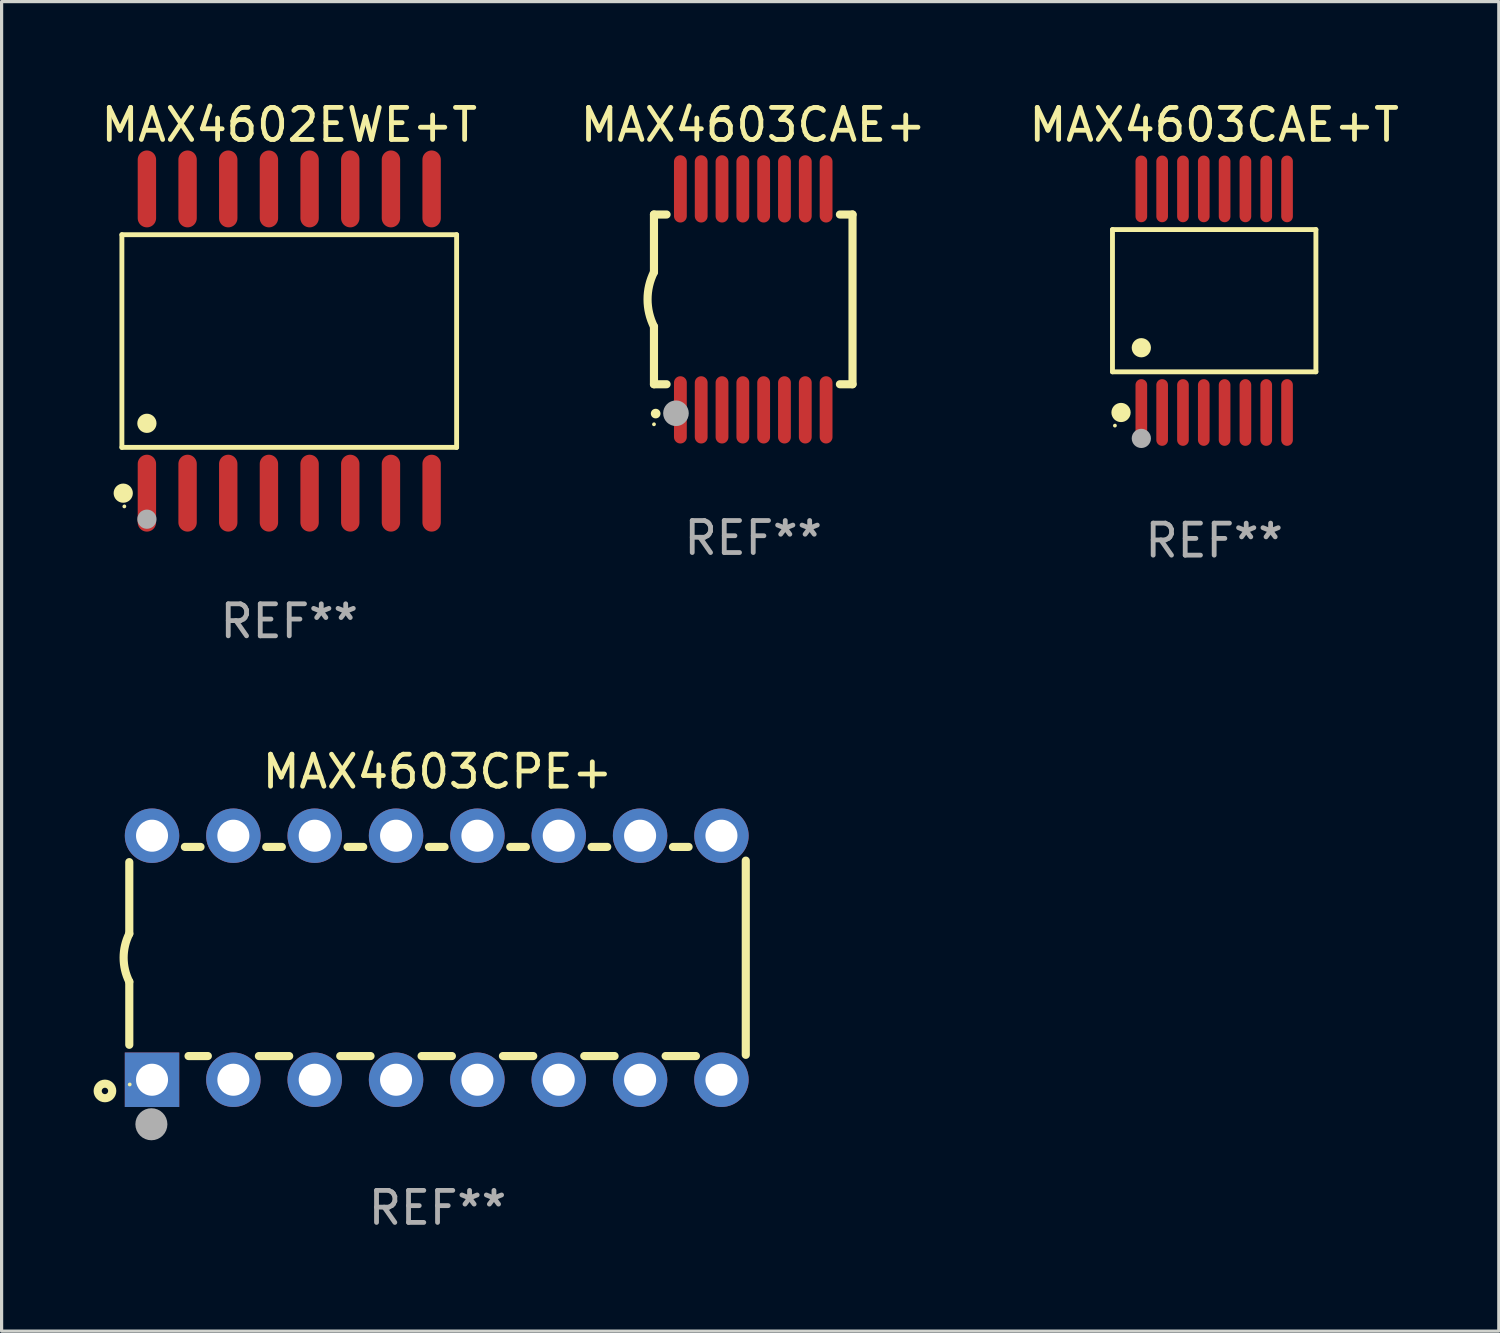
<source format=kicad_pcb>
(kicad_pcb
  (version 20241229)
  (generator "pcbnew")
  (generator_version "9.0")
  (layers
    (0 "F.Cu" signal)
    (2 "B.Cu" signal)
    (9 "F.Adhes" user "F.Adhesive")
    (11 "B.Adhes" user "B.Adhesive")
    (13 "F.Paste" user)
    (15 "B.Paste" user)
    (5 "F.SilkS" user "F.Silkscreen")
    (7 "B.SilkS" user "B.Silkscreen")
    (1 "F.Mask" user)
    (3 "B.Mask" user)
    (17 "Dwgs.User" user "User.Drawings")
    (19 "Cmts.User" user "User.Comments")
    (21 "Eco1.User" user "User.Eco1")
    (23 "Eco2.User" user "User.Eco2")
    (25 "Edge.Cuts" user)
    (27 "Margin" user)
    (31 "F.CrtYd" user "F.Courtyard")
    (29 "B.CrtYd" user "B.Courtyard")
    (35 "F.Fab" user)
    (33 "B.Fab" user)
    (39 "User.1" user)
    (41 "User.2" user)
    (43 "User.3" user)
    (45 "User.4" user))
  (footprint "MAX4603CPE+"
    (layer "F.Cu")
    (at 10.612 26.855)
    (property "Reference" "MAX4603CPE+" (at 0 -5.81 0) (layer "F.SilkS") (effects (font (size 1 1) (thickness 0.15))))
    (attr through_hole)
    (fp_line (start -9.625 -0.75) (end -9.625 -2.985) (stroke (width 0.254) (type solid)) (layer "F.SilkS"))
    (fp_line (start -9.625 0.749) (end -9.625 2.719) (stroke (width 0.254) (type solid)) (layer "F.SilkS"))
    (fp_line (start -7.889 -3.46) (end -7.401 -3.46) (stroke (width 0.254) (type solid)) (layer "F.SilkS"))
    (fp_line (start -7.775 3.07) (end -7.172 3.07) (stroke (width 0.254) (type solid)) (layer "F.SilkS"))
    (fp_line (start -5.578 3.07) (end -4.632 3.07) (stroke (width 0.254) (type solid)) (layer "F.SilkS"))
    (fp_line (start -5.349 -3.46) (end -4.861 -3.46) (stroke (width 0.254) (type solid)) (layer "F.SilkS"))
    (fp_line (start -3.038 3.07) (end -2.092 3.07) (stroke (width 0.254) (type solid)) (layer "F.SilkS"))
    (fp_line (start -2.809 -3.46) (end -2.321 -3.46) (stroke (width 0.254) (type solid)) (layer "F.SilkS"))
    (fp_line (start -0.498 3.07) (end 0.448 3.07) (stroke (width 0.254) (type solid)) (layer "F.SilkS"))
    (fp_line (start -0.269 -3.46) (end 0.219 -3.46) (stroke (width 0.254) (type solid)) (layer "F.SilkS"))
    (fp_line (start 2.042 3.07) (end 2.988 3.07) (stroke (width 0.254) (type solid)) (layer "F.SilkS"))
    (fp_line (start 2.271 -3.46) (end 2.759 -3.46) (stroke (width 0.254) (type solid)) (layer "F.SilkS"))
    (fp_line (start 4.582 3.07) (end 5.528 3.07) (stroke (width 0.254) (type solid)) (layer "F.SilkS"))
    (fp_line (start 4.811 -3.46) (end 5.299 -3.46) (stroke (width 0.254) (type solid)) (layer "F.SilkS"))
    (fp_line (start 7.122 3.07) (end 8.068 3.07) (stroke (width 0.254) (type solid)) (layer "F.SilkS"))
    (fp_line (start 7.351 -3.46) (end 7.839 -3.46) (stroke (width 0.254) (type solid)) (layer "F.SilkS"))
    (fp_line (start 9.625 3.032) (end 9.625 -3.032) (stroke (width 0.254) (type solid)) (layer "F.SilkS"))
    (fp_arc (start -9.62498 0.748819) (mid -9.801899 -0.000581) (end -9.625006 -0.749987) (stroke (width 0.254001) (type solid)) (layer "F.SilkS"))
    (fp_circle (center -10.385 4.16) (end -10.285 4.16) (stroke (width 0.254) (type solid)) (fill no) (layer "F.SilkS"))
    (fp_circle (center -9.612 3.957) (end -9.582 3.957) (stroke (width 0.06) (type solid)) (fill no) (layer "F.SilkS"))
    (fp_circle (center -8.935 5.2) (end -8.685 5.2) (stroke (width 0.5) (type solid)) (fill no) (layer "F.Fab"))
    (fp_text user "REF**" (at 0 7.81 0) (layer "F.Fab") (effects (font (size 1 1) (thickness 0.15))))
    (pad "1" thru_hole rect (at -8.915 3.81) (size 1.7 1.7) (drill 1) (layers "*.Cu" "*.Mask"))
    (pad "2" thru_hole circle (at -6.375 3.81) (size 1.7 1.7) (drill 1) (layers "*.Cu" "*.Mask"))
    (pad "3" thru_hole circle (at -3.835 3.81) (size 1.7 1.7) (drill 1) (layers "*.Cu" "*.Mask"))
    (pad "4" thru_hole circle (at -1.295 3.81) (size 1.7 1.7) (drill 1) (layers "*.Cu" "*.Mask"))
    (pad "5" thru_hole circle (at 1.245 3.81) (size 1.7 1.7) (drill 1) (layers "*.Cu" "*.Mask"))
    (pad "6" thru_hole circle (at 3.785 3.81) (size 1.7 1.7) (drill 1) (layers "*.Cu" "*.Mask"))
    (pad "7" thru_hole circle (at 6.325 3.81) (size 1.7 1.7) (drill 1) (layers "*.Cu" "*.Mask"))
    (pad "8" thru_hole circle (at 8.865 3.81) (size 1.7 1.7) (drill 1) (layers "*.Cu" "*.Mask"))
    (pad "9" thru_hole circle (at 8.865 -3.81) (size 1.7 1.7) (drill 1) (layers "*.Cu" "*.Mask"))
    (pad "10" thru_hole circle (at 6.325 -3.81) (size 1.7 1.7) (drill 1) (layers "*.Cu" "*.Mask"))
    (pad "11" thru_hole circle (at 3.785 -3.81) (size 1.7 1.7) (drill 1) (layers "*.Cu" "*.Mask"))
    (pad "12" thru_hole circle (at 1.245 -3.81) (size 1.7 1.7) (drill 1) (layers "*.Cu" "*.Mask"))
    (pad "13" thru_hole circle (at -1.295 -3.81) (size 1.7 1.7) (drill 1) (layers "*.Cu" "*.Mask"))
    (pad "14" thru_hole circle (at -3.835 -3.81) (size 1.7 1.7) (drill 1) (layers "*.Cu" "*.Mask"))
    (pad "15" thru_hole circle (at -6.375 -3.81) (size 1.7 1.7) (drill 1) (layers "*.Cu" "*.Mask"))
    (pad "16" thru_hole circle (at -8.915 -3.81) (size 1.7 1.7) (drill 1) (layers "*.Cu" "*.Mask")))
  (footprint "MAX4603CAE+"
    (layer "F.Cu")
    (at 20.47 6.298)
    (property "Reference" "MAX4603CAE+" (at 0 -5.45 0) (layer "F.SilkS") (effects (font (size 1 1) (thickness 0.15))))
    (attr through_hole)
    (fp_line (start -3.1 -2.65) (end -3.1 -0.85) (stroke (width 0.254) (type solid)) (layer "F.SilkS"))
    (fp_line (start -3.1 -2.65) (end -2.706 -2.65) (stroke (width 0.254) (type solid)) (layer "F.SilkS"))
    (fp_line (start -3.1 2.65) (end -3.1 0.85) (stroke (width 0.254) (type solid)) (layer "F.SilkS"))
    (fp_line (start -3.1 2.65) (end -2.706 2.65) (stroke (width 0.254) (type solid)) (layer "F.SilkS"))
    (fp_line (start 2.706 -2.65) (end 3.1 -2.65) (stroke (width 0.254) (type solid)) (layer "F.SilkS"))
    (fp_line (start 2.706 2.65) (end 3.1 2.65) (stroke (width 0.254) (type solid)) (layer "F.SilkS"))
    (fp_line (start 3.1 -2.65) (end 3.1 2.65) (stroke (width 0.254) (type solid)) (layer "F.SilkS"))
    (fp_arc (start -3.098907 0.850902) (mid -3.300057 0.000523) (end -3.1 -0.850114) (stroke (width 0.254001) (type solid)) (layer "F.SilkS"))
    (fp_arc (start -3.048006 3.566066) (mid -3.046736 3.566061) (end -3.045466 3.566066) (stroke (width 0.3) (type solid)) (layer "F.SilkS"))
    (fp_circle (center -3.1 3.9) (end -3.07 3.9) (stroke (width 0.06) (type solid)) (fill no) (layer "F.SilkS"))
    (fp_circle (center -2.413 3.556) (end -2.213 3.556) (stroke (width 0.4) (type solid)) (fill no) (layer "F.Fab"))
    (fp_text user "REF**" (at 0 7.45 0) (layer "F.Fab") (effects (font (size 1 1) (thickness 0.15))))
    (pad "1" smd oval (at -2.275 3.45 180) (size 0.4 2.1) (layers "F.Cu" "F.Mask" "F.Paste"))
    (pad "2" smd oval (at -1.625 3.45 180) (size 0.4 2.1) (layers "F.Cu" "F.Mask" "F.Paste"))
    (pad "3" smd oval (at -0.975 3.45 180) (size 0.4 2.1) (layers "F.Cu" "F.Mask" "F.Paste"))
    (pad "4" smd oval (at -0.325 3.45 180) (size 0.4 2.1) (layers "F.Cu" "F.Mask" "F.Paste"))
    (pad "5" smd oval (at 0.325 3.45 180) (size 0.4 2.1) (layers "F.Cu" "F.Mask" "F.Paste"))
    (pad "6" smd oval (at 0.975 3.45 180) (size 0.4 2.1) (layers "F.Cu" "F.Mask" "F.Paste"))
    (pad "7" smd oval (at 1.625 3.45 180) (size 0.4 2.1) (layers "F.Cu" "F.Mask" "F.Paste"))
    (pad "8" smd oval (at 2.275 3.45 180) (size 0.4 2.1) (layers "F.Cu" "F.Mask" "F.Paste"))
    (pad "9" smd oval (at 2.275 -3.45 180) (size 0.4 2.1) (layers "F.Cu" "F.Mask" "F.Paste"))
    (pad "10" smd oval (at 1.625 -3.45 180) (size 0.4 2.1) (layers "F.Cu" "F.Mask" "F.Paste"))
    (pad "11" smd oval (at 0.975 -3.45 180) (size 0.4 2.1) (layers "F.Cu" "F.Mask" "F.Paste"))
    (pad "12" smd oval (at 0.325 -3.45 180) (size 0.4 2.1) (layers "F.Cu" "F.Mask" "F.Paste"))
    (pad "13" smd oval (at -0.325 -3.45 180) (size 0.4 2.1) (layers "F.Cu" "F.Mask" "F.Paste"))
    (pad "14" smd oval (at -0.975 -3.45 180) (size 0.4 2.1) (layers "F.Cu" "F.Mask" "F.Paste"))
    (pad "15" smd oval (at -1.625 -3.45 180) (size 0.4 2.1) (layers "F.Cu" "F.Mask" "F.Paste"))
    (pad "16" smd oval (at -2.275 -3.45 180) (size 0.4 2.1) (layers "F.Cu" "F.Mask" "F.Paste")))
  (footprint "MAX4603CAE+T"
    (layer "F.Cu")
    (at 34.863 6.339)
    (property "Reference" "MAX4603CAE+T" (at 0 -5.491 0) (layer "F.SilkS") (effects (font (size 1 1) (thickness 0.15))))
    (attr through_hole)
    (fp_line (start -3.176 -2.221) (end 3.176 -2.221) (stroke (width 0.152) (type solid)) (layer "F.SilkS"))
    (fp_line (start -3.176 2.221) (end -3.176 -2.221) (stroke (width 0.152) (type solid)) (layer "F.SilkS"))
    (fp_line (start 3.176 -2.221) (end 3.176 2.221) (stroke (width 0.152) (type solid)) (layer "F.SilkS"))
    (fp_line (start 3.176 2.221) (end -3.176 2.221) (stroke (width 0.152) (type solid)) (layer "F.SilkS"))
    (fp_circle (center -3.1 3.9) (end -3.07 3.9) (stroke (width 0.06) (type solid)) (fill no) (layer "F.SilkS"))
    (fp_circle (center -2.909 3.491) (end -2.759 3.491) (stroke (width 0.3) (type solid)) (fill no) (layer "F.SilkS"))
    (fp_circle (center -2.275 1.469) (end -2.125 1.469) (stroke (width 0.3) (type solid)) (fill no) (layer "F.SilkS"))
    (fp_circle (center -2.275 4.3) (end -2.125 4.3) (stroke (width 0.3) (type solid)) (fill no) (layer "F.Fab"))
    (fp_text user "REF**" (at 0 7.491 0) (layer "F.Fab") (effects (font (size 1 1) (thickness 0.15))))
    (pad "1" smd oval (at -2.275 3.491) (size 0.364 2.082) (layers "F.Cu" "F.Mask" "F.Paste"))
    (pad "2" smd oval (at -1.625 3.491) (size 0.364 2.082) (layers "F.Cu" "F.Mask" "F.Paste"))
    (pad "3" smd oval (at -0.975 3.491) (size 0.364 2.082) (layers "F.Cu" "F.Mask" "F.Paste"))
    (pad "4" smd oval (at -0.325 3.491) (size 0.364 2.082) (layers "F.Cu" "F.Mask" "F.Paste"))
    (pad "5" smd oval (at 0.325 3.491) (size 0.364 2.082) (layers "F.Cu" "F.Mask" "F.Paste"))
    (pad "6" smd oval (at 0.975 3.491) (size 0.364 2.082) (layers "F.Cu" "F.Mask" "F.Paste"))
    (pad "7" smd oval (at 1.625 3.491) (size 0.364 2.082) (layers "F.Cu" "F.Mask" "F.Paste"))
    (pad "8" smd oval (at 2.275 3.491) (size 0.364 2.082) (layers "F.Cu" "F.Mask" "F.Paste"))
    (pad "9" smd oval (at 2.275 -3.491) (size 0.364 2.082) (layers "F.Cu" "F.Mask" "F.Paste"))
    (pad "10" smd oval (at 1.625 -3.491) (size 0.364 2.082) (layers "F.Cu" "F.Mask" "F.Paste"))
    (pad "11" smd oval (at 0.975 -3.491) (size 0.364 2.082) (layers "F.Cu" "F.Mask" "F.Paste"))
    (pad "12" smd oval (at 0.325 -3.491) (size 0.364 2.082) (layers "F.Cu" "F.Mask" "F.Paste"))
    (pad "13" smd oval (at -0.325 -3.491) (size 0.364 2.082) (layers "F.Cu" "F.Mask" "F.Paste"))
    (pad "14" smd oval (at -0.975 -3.491) (size 0.364 2.082) (layers "F.Cu" "F.Mask" "F.Paste"))
    (pad "15" smd oval (at -1.625 -3.491) (size 0.364 2.082) (layers "F.Cu" "F.Mask" "F.Paste"))
    (pad "16" smd oval (at -2.275 -3.491) (size 0.364 2.082) (layers "F.Cu" "F.Mask" "F.Paste")))
  (footprint "MAX4602EWE+T"
    (layer "F.Cu")
    (at 5.982 7.599)
    (property "Reference" "MAX4602EWE+T" (at 0 -6.75 0) (layer "F.SilkS") (effects (font (size 1 1) (thickness 0.15))))
    (attr through_hole)
    (fp_line (start -5.226 -3.321) (end 5.226 -3.321) (stroke (width 0.152) (type solid)) (layer "F.SilkS"))
    (fp_line (start -5.226 3.321) (end -5.226 -3.321) (stroke (width 0.152) (type solid)) (layer "F.SilkS"))
    (fp_line (start 5.226 -3.321) (end 5.226 3.321) (stroke (width 0.152) (type solid)) (layer "F.SilkS"))
    (fp_line (start 5.226 3.321) (end -5.226 3.321) (stroke (width 0.152) (type solid)) (layer "F.SilkS"))
    (fp_circle (center -5.184 4.75) (end -5.034 4.75) (stroke (width 0.3) (type solid)) (fill no) (layer "F.SilkS"))
    (fp_circle (center -5.15 5.163) (end -5.12 5.163) (stroke (width 0.06) (type solid)) (fill no) (layer "F.SilkS"))
    (fp_circle (center -4.445 2.569) (end -4.295 2.569) (stroke (width 0.3) (type solid)) (fill no) (layer "F.SilkS"))
    (fp_circle (center -4.445 5.563) (end -4.295 5.563) (stroke (width 0.3) (type solid)) (fill no) (layer "F.Fab"))
    (fp_text user "REF**" (at 0 8.75 0) (layer "F.Fab") (effects (font (size 1 1) (thickness 0.15))))
    (pad "1" smd oval (at -4.445 4.75) (size 0.574 2.401) (layers "F.Cu" "F.Mask" "F.Paste"))
    (pad "2" smd oval (at -3.175 4.75) (size 0.574 2.401) (layers "F.Cu" "F.Mask" "F.Paste"))
    (pad "3" smd oval (at -1.905 4.75) (size 0.574 2.401) (layers "F.Cu" "F.Mask" "F.Paste"))
    (pad "4" smd oval (at -0.635 4.75) (size 0.574 2.401) (layers "F.Cu" "F.Mask" "F.Paste"))
    (pad "5" smd oval (at 0.635 4.75) (size 0.574 2.401) (layers "F.Cu" "F.Mask" "F.Paste"))
    (pad "6" smd oval (at 1.905 4.75) (size 0.574 2.401) (layers "F.Cu" "F.Mask" "F.Paste"))
    (pad "7" smd oval (at 3.175 4.75) (size 0.574 2.401) (layers "F.Cu" "F.Mask" "F.Paste"))
    (pad "8" smd oval (at 4.445 4.75) (size 0.574 2.401) (layers "F.Cu" "F.Mask" "F.Paste"))
    (pad "9" smd oval (at 4.445 -4.75) (size 0.574 2.401) (layers "F.Cu" "F.Mask" "F.Paste"))
    (pad "10" smd oval (at 3.175 -4.75) (size 0.574 2.401) (layers "F.Cu" "F.Mask" "F.Paste"))
    (pad "11" smd oval (at 1.905 -4.75) (size 0.574 2.401) (layers "F.Cu" "F.Mask" "F.Paste"))
    (pad "12" smd oval (at 0.635 -4.75) (size 0.574 2.401) (layers "F.Cu" "F.Mask" "F.Paste"))
    (pad "13" smd oval (at -0.635 -4.75) (size 0.574 2.401) (layers "F.Cu" "F.Mask" "F.Paste"))
    (pad "14" smd oval (at -1.905 -4.75) (size 0.574 2.401) (layers "F.Cu" "F.Mask" "F.Paste"))
    (pad "15" smd oval (at -3.175 -4.75) (size 0.574 2.401) (layers "F.Cu" "F.Mask" "F.Paste"))
    (pad "16" smd oval (at -4.445 -4.75) (size 0.574 2.401) (layers "F.Cu" "F.Mask" "F.Paste")))
  (gr_rect
    (start -3 -3)
    (end 43.75 38.514)
    (stroke (width 0.1) (type default))
    (fill no)
    (layer "Edge.Cuts")))
</source>
